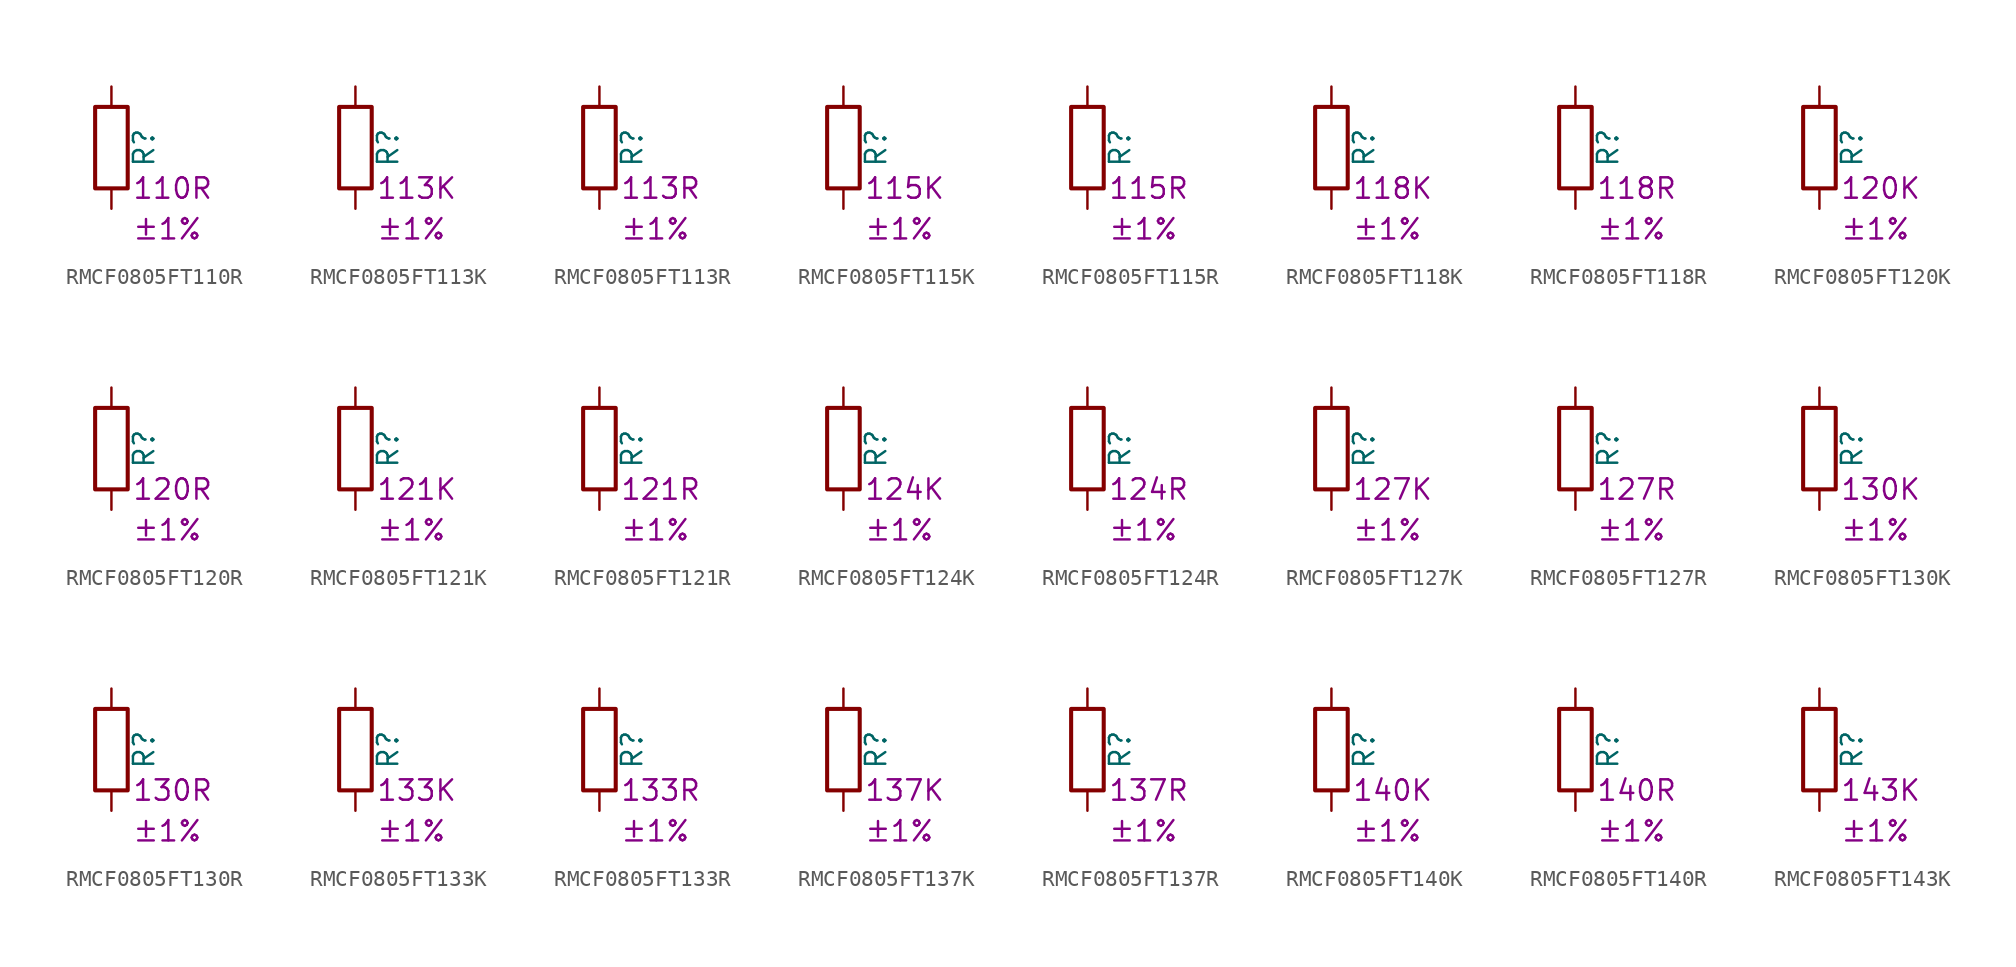
<source format=kicad_sym>
(kicad_symbol_lib
  (version 20220914)
  (generator kicad_symbol_editor)
  (symbol "RMCF0805FT110R"
    (pin_numbers hide)
    (pin_names
      (offset 0))
    (property "Reference" "R"
      (at 2.032 0 90)
      (effects (font (size 1.27 1.27))))
    (property "Resistance" "110R"
      (at 1.27 -2.54 0)
      (effects (font (size 1.27 1.27)) (justify left)))
    (property "Tolerance" "±1%"
      (at 1.27 -5.08 0)
      (effects (font (size 1.27 1.27)) (justify left)))
    (symbol "RMCF0805FT110R_0_1"
      (rectangle (start -1.016 -2.54) (end 1.016 2.54) (stroke (width 0.254) (type default)) (fill (type none))))
    (symbol "RMCF0805FT110R_1_1"
      (pin passive line (at 0 3.81 270) (length 1.27) (name "~" (effects (font (size 1.27 1.27)))) (number "1" (effects (font (size 1.27 1.27)))))
      (pin passive line (at 0 -3.81 90) (length 1.27) (name "~" (effects (font (size 1.27 1.27)))) (number "2" (effects (font (size 1.27 1.27)))))))
  (symbol "RMCF0805FT113K"
    (pin_numbers hide)
    (pin_names
      (offset 0))
    (property "Reference" "R"
      (at 2.032 0 90)
      (effects (font (size 1.27 1.27))))
    (property "Resistance" "113K"
      (at 1.27 -2.54 0)
      (effects (font (size 1.27 1.27)) (justify left)))
    (property "Tolerance" "±1%"
      (at 1.27 -5.08 0)
      (effects (font (size 1.27 1.27)) (justify left)))
    (symbol "RMCF0805FT113K_0_1"
      (rectangle (start -1.016 -2.54) (end 1.016 2.54) (stroke (width 0.254) (type default)) (fill (type none))))
    (symbol "RMCF0805FT113K_1_1"
      (pin passive line (at 0 3.81 270) (length 1.27) (name "~" (effects (font (size 1.27 1.27)))) (number "1" (effects (font (size 1.27 1.27)))))
      (pin passive line (at 0 -3.81 90) (length 1.27) (name "~" (effects (font (size 1.27 1.27)))) (number "2" (effects (font (size 1.27 1.27)))))))
  (symbol "RMCF0805FT113R"
    (pin_numbers hide)
    (pin_names
      (offset 0))
    (property "Reference" "R"
      (at 2.032 0 90)
      (effects (font (size 1.27 1.27))))
    (property "Resistance" "113R"
      (at 1.27 -2.54 0)
      (effects (font (size 1.27 1.27)) (justify left)))
    (property "Tolerance" "±1%"
      (at 1.27 -5.08 0)
      (effects (font (size 1.27 1.27)) (justify left)))
    (symbol "RMCF0805FT113R_0_1"
      (rectangle (start -1.016 -2.54) (end 1.016 2.54) (stroke (width 0.254) (type default)) (fill (type none))))
    (symbol "RMCF0805FT113R_1_1"
      (pin passive line (at 0 3.81 270) (length 1.27) (name "~" (effects (font (size 1.27 1.27)))) (number "1" (effects (font (size 1.27 1.27)))))
      (pin passive line (at 0 -3.81 90) (length 1.27) (name "~" (effects (font (size 1.27 1.27)))) (number "2" (effects (font (size 1.27 1.27)))))))
  (symbol "RMCF0805FT115K"
    (pin_numbers hide)
    (pin_names
      (offset 0))
    (property "Reference" "R"
      (at 2.032 0 90)
      (effects (font (size 1.27 1.27))))
    (property "Resistance" "115K"
      (at 1.27 -2.54 0)
      (effects (font (size 1.27 1.27)) (justify left)))
    (property "Tolerance" "±1%"
      (at 1.27 -5.08 0)
      (effects (font (size 1.27 1.27)) (justify left)))
    (symbol "RMCF0805FT115K_0_1"
      (rectangle (start -1.016 -2.54) (end 1.016 2.54) (stroke (width 0.254) (type default)) (fill (type none))))
    (symbol "RMCF0805FT115K_1_1"
      (pin passive line (at 0 3.81 270) (length 1.27) (name "~" (effects (font (size 1.27 1.27)))) (number "1" (effects (font (size 1.27 1.27)))))
      (pin passive line (at 0 -3.81 90) (length 1.27) (name "~" (effects (font (size 1.27 1.27)))) (number "2" (effects (font (size 1.27 1.27)))))))
  (symbol "RMCF0805FT115R"
    (pin_numbers hide)
    (pin_names
      (offset 0))
    (property "Reference" "R"
      (at 2.032 0 90)
      (effects (font (size 1.27 1.27))))
    (property "Resistance" "115R"
      (at 1.27 -2.54 0)
      (effects (font (size 1.27 1.27)) (justify left)))
    (property "Tolerance" "±1%"
      (at 1.27 -5.08 0)
      (effects (font (size 1.27 1.27)) (justify left)))
    (symbol "RMCF0805FT115R_0_1"
      (rectangle (start -1.016 -2.54) (end 1.016 2.54) (stroke (width 0.254) (type default)) (fill (type none))))
    (symbol "RMCF0805FT115R_1_1"
      (pin passive line (at 0 3.81 270) (length 1.27) (name "~" (effects (font (size 1.27 1.27)))) (number "1" (effects (font (size 1.27 1.27)))))
      (pin passive line (at 0 -3.81 90) (length 1.27) (name "~" (effects (font (size 1.27 1.27)))) (number "2" (effects (font (size 1.27 1.27)))))))
  (symbol "RMCF0805FT118K"
    (pin_numbers hide)
    (pin_names
      (offset 0))
    (property "Reference" "R"
      (at 2.032 0 90)
      (effects (font (size 1.27 1.27))))
    (property "Resistance" "118K"
      (at 1.27 -2.54 0)
      (effects (font (size 1.27 1.27)) (justify left)))
    (property "Tolerance" "±1%"
      (at 1.27 -5.08 0)
      (effects (font (size 1.27 1.27)) (justify left)))
    (symbol "RMCF0805FT118K_0_1"
      (rectangle (start -1.016 -2.54) (end 1.016 2.54) (stroke (width 0.254) (type default)) (fill (type none))))
    (symbol "RMCF0805FT118K_1_1"
      (pin passive line (at 0 3.81 270) (length 1.27) (name "~" (effects (font (size 1.27 1.27)))) (number "1" (effects (font (size 1.27 1.27)))))
      (pin passive line (at 0 -3.81 90) (length 1.27) (name "~" (effects (font (size 1.27 1.27)))) (number "2" (effects (font (size 1.27 1.27)))))))
  (symbol "RMCF0805FT118R"
    (pin_numbers hide)
    (pin_names
      (offset 0))
    (property "Reference" "R"
      (at 2.032 0 90)
      (effects (font (size 1.27 1.27))))
    (property "Resistance" "118R"
      (at 1.27 -2.54 0)
      (effects (font (size 1.27 1.27)) (justify left)))
    (property "Tolerance" "±1%"
      (at 1.27 -5.08 0)
      (effects (font (size 1.27 1.27)) (justify left)))
    (symbol "RMCF0805FT118R_0_1"
      (rectangle (start -1.016 -2.54) (end 1.016 2.54) (stroke (width 0.254) (type default)) (fill (type none))))
    (symbol "RMCF0805FT118R_1_1"
      (pin passive line (at 0 3.81 270) (length 1.27) (name "~" (effects (font (size 1.27 1.27)))) (number "1" (effects (font (size 1.27 1.27)))))
      (pin passive line (at 0 -3.81 90) (length 1.27) (name "~" (effects (font (size 1.27 1.27)))) (number "2" (effects (font (size 1.27 1.27)))))))
  (symbol "RMCF0805FT120K"
    (pin_numbers hide)
    (pin_names
      (offset 0))
    (property "Reference" "R"
      (at 2.032 0 90)
      (effects (font (size 1.27 1.27))))
    (property "Resistance" "120K"
      (at 1.27 -2.54 0)
      (effects (font (size 1.27 1.27)) (justify left)))
    (property "Tolerance" "±1%"
      (at 1.27 -5.08 0)
      (effects (font (size 1.27 1.27)) (justify left)))
    (symbol "RMCF0805FT120K_0_1"
      (rectangle (start -1.016 -2.54) (end 1.016 2.54) (stroke (width 0.254) (type default)) (fill (type none))))
    (symbol "RMCF0805FT120K_1_1"
      (pin passive line (at 0 3.81 270) (length 1.27) (name "~" (effects (font (size 1.27 1.27)))) (number "1" (effects (font (size 1.27 1.27)))))
      (pin passive line (at 0 -3.81 90) (length 1.27) (name "~" (effects (font (size 1.27 1.27)))) (number "2" (effects (font (size 1.27 1.27)))))))
  (symbol "RMCF0805FT120R"
    (pin_numbers hide)
    (pin_names
      (offset 0))
    (property "Reference" "R"
      (at 2.032 0 90)
      (effects (font (size 1.27 1.27))))
    (property "Resistance" "120R"
      (at 1.27 -2.54 0)
      (effects (font (size 1.27 1.27)) (justify left)))
    (property "Tolerance" "±1%"
      (at 1.27 -5.08 0)
      (effects (font (size 1.27 1.27)) (justify left)))
    (symbol "RMCF0805FT120R_0_1"
      (rectangle (start -1.016 -2.54) (end 1.016 2.54) (stroke (width 0.254) (type default)) (fill (type none))))
    (symbol "RMCF0805FT120R_1_1"
      (pin passive line (at 0 3.81 270) (length 1.27) (name "~" (effects (font (size 1.27 1.27)))) (number "1" (effects (font (size 1.27 1.27)))))
      (pin passive line (at 0 -3.81 90) (length 1.27) (name "~" (effects (font (size 1.27 1.27)))) (number "2" (effects (font (size 1.27 1.27)))))))
  (symbol "RMCF0805FT121K"
    (pin_numbers hide)
    (pin_names
      (offset 0))
    (property "Reference" "R"
      (at 2.032 0 90)
      (effects (font (size 1.27 1.27))))
    (property "Resistance" "121K"
      (at 1.27 -2.54 0)
      (effects (font (size 1.27 1.27)) (justify left)))
    (property "Tolerance" "±1%"
      (at 1.27 -5.08 0)
      (effects (font (size 1.27 1.27)) (justify left)))
    (symbol "RMCF0805FT121K_0_1"
      (rectangle (start -1.016 -2.54) (end 1.016 2.54) (stroke (width 0.254) (type default)) (fill (type none))))
    (symbol "RMCF0805FT121K_1_1"
      (pin passive line (at 0 3.81 270) (length 1.27) (name "~" (effects (font (size 1.27 1.27)))) (number "1" (effects (font (size 1.27 1.27)))))
      (pin passive line (at 0 -3.81 90) (length 1.27) (name "~" (effects (font (size 1.27 1.27)))) (number "2" (effects (font (size 1.27 1.27)))))))
  (symbol "RMCF0805FT121R"
    (pin_numbers hide)
    (pin_names
      (offset 0))
    (property "Reference" "R"
      (at 2.032 0 90)
      (effects (font (size 1.27 1.27))))
    (property "Resistance" "121R"
      (at 1.27 -2.54 0)
      (effects (font (size 1.27 1.27)) (justify left)))
    (property "Tolerance" "±1%"
      (at 1.27 -5.08 0)
      (effects (font (size 1.27 1.27)) (justify left)))
    (symbol "RMCF0805FT121R_0_1"
      (rectangle (start -1.016 -2.54) (end 1.016 2.54) (stroke (width 0.254) (type default)) (fill (type none))))
    (symbol "RMCF0805FT121R_1_1"
      (pin passive line (at 0 3.81 270) (length 1.27) (name "~" (effects (font (size 1.27 1.27)))) (number "1" (effects (font (size 1.27 1.27)))))
      (pin passive line (at 0 -3.81 90) (length 1.27) (name "~" (effects (font (size 1.27 1.27)))) (number "2" (effects (font (size 1.27 1.27)))))))
  (symbol "RMCF0805FT124K"
    (pin_numbers hide)
    (pin_names
      (offset 0))
    (property "Reference" "R"
      (at 2.032 0 90)
      (effects (font (size 1.27 1.27))))
    (property "Resistance" "124K"
      (at 1.27 -2.54 0)
      (effects (font (size 1.27 1.27)) (justify left)))
    (property "Tolerance" "±1%"
      (at 1.27 -5.08 0)
      (effects (font (size 1.27 1.27)) (justify left)))
    (symbol "RMCF0805FT124K_0_1"
      (rectangle (start -1.016 -2.54) (end 1.016 2.54) (stroke (width 0.254) (type default)) (fill (type none))))
    (symbol "RMCF0805FT124K_1_1"
      (pin passive line (at 0 3.81 270) (length 1.27) (name "~" (effects (font (size 1.27 1.27)))) (number "1" (effects (font (size 1.27 1.27)))))
      (pin passive line (at 0 -3.81 90) (length 1.27) (name "~" (effects (font (size 1.27 1.27)))) (number "2" (effects (font (size 1.27 1.27)))))))
  (symbol "RMCF0805FT124R"
    (pin_numbers hide)
    (pin_names
      (offset 0))
    (property "Reference" "R"
      (at 2.032 0 90)
      (effects (font (size 1.27 1.27))))
    (property "Resistance" "124R"
      (at 1.27 -2.54 0)
      (effects (font (size 1.27 1.27)) (justify left)))
    (property "Tolerance" "±1%"
      (at 1.27 -5.08 0)
      (effects (font (size 1.27 1.27)) (justify left)))
    (symbol "RMCF0805FT124R_0_1"
      (rectangle (start -1.016 -2.54) (end 1.016 2.54) (stroke (width 0.254) (type default)) (fill (type none))))
    (symbol "RMCF0805FT124R_1_1"
      (pin passive line (at 0 3.81 270) (length 1.27) (name "~" (effects (font (size 1.27 1.27)))) (number "1" (effects (font (size 1.27 1.27)))))
      (pin passive line (at 0 -3.81 90) (length 1.27) (name "~" (effects (font (size 1.27 1.27)))) (number "2" (effects (font (size 1.27 1.27)))))))
  (symbol "RMCF0805FT127K"
    (pin_numbers hide)
    (pin_names
      (offset 0))
    (property "Reference" "R"
      (at 2.032 0 90)
      (effects (font (size 1.27 1.27))))
    (property "Resistance" "127K"
      (at 1.27 -2.54 0)
      (effects (font (size 1.27 1.27)) (justify left)))
    (property "Tolerance" "±1%"
      (at 1.27 -5.08 0)
      (effects (font (size 1.27 1.27)) (justify left)))
    (symbol "RMCF0805FT127K_0_1"
      (rectangle (start -1.016 -2.54) (end 1.016 2.54) (stroke (width 0.254) (type default)) (fill (type none))))
    (symbol "RMCF0805FT127K_1_1"
      (pin passive line (at 0 3.81 270) (length 1.27) (name "~" (effects (font (size 1.27 1.27)))) (number "1" (effects (font (size 1.27 1.27)))))
      (pin passive line (at 0 -3.81 90) (length 1.27) (name "~" (effects (font (size 1.27 1.27)))) (number "2" (effects (font (size 1.27 1.27)))))))
  (symbol "RMCF0805FT127R"
    (pin_numbers hide)
    (pin_names
      (offset 0))
    (property "Reference" "R"
      (at 2.032 0 90)
      (effects (font (size 1.27 1.27))))
    (property "Resistance" "127R"
      (at 1.27 -2.54 0)
      (effects (font (size 1.27 1.27)) (justify left)))
    (property "Tolerance" "±1%"
      (at 1.27 -5.08 0)
      (effects (font (size 1.27 1.27)) (justify left)))
    (symbol "RMCF0805FT127R_0_1"
      (rectangle (start -1.016 -2.54) (end 1.016 2.54) (stroke (width 0.254) (type default)) (fill (type none))))
    (symbol "RMCF0805FT127R_1_1"
      (pin passive line (at 0 3.81 270) (length 1.27) (name "~" (effects (font (size 1.27 1.27)))) (number "1" (effects (font (size 1.27 1.27)))))
      (pin passive line (at 0 -3.81 90) (length 1.27) (name "~" (effects (font (size 1.27 1.27)))) (number "2" (effects (font (size 1.27 1.27)))))))
  (symbol "RMCF0805FT130K"
    (pin_numbers hide)
    (pin_names
      (offset 0))
    (property "Reference" "R"
      (at 2.032 0 90)
      (effects (font (size 1.27 1.27))))
    (property "Resistance" "130K"
      (at 1.27 -2.54 0)
      (effects (font (size 1.27 1.27)) (justify left)))
    (property "Tolerance" "±1%"
      (at 1.27 -5.08 0)
      (effects (font (size 1.27 1.27)) (justify left)))
    (symbol "RMCF0805FT130K_0_1"
      (rectangle (start -1.016 -2.54) (end 1.016 2.54) (stroke (width 0.254) (type default)) (fill (type none))))
    (symbol "RMCF0805FT130K_1_1"
      (pin passive line (at 0 3.81 270) (length 1.27) (name "~" (effects (font (size 1.27 1.27)))) (number "1" (effects (font (size 1.27 1.27)))))
      (pin passive line (at 0 -3.81 90) (length 1.27) (name "~" (effects (font (size 1.27 1.27)))) (number "2" (effects (font (size 1.27 1.27)))))))
  (symbol "RMCF0805FT130R"
    (pin_numbers hide)
    (pin_names
      (offset 0))
    (property "Reference" "R"
      (at 2.032 0 90)
      (effects (font (size 1.27 1.27))))
    (property "Resistance" "130R"
      (at 1.27 -2.54 0)
      (effects (font (size 1.27 1.27)) (justify left)))
    (property "Tolerance" "±1%"
      (at 1.27 -5.08 0)
      (effects (font (size 1.27 1.27)) (justify left)))
    (symbol "RMCF0805FT130R_0_1"
      (rectangle (start -1.016 -2.54) (end 1.016 2.54) (stroke (width 0.254) (type default)) (fill (type none))))
    (symbol "RMCF0805FT130R_1_1"
      (pin passive line (at 0 3.81 270) (length 1.27) (name "~" (effects (font (size 1.27 1.27)))) (number "1" (effects (font (size 1.27 1.27)))))
      (pin passive line (at 0 -3.81 90) (length 1.27) (name "~" (effects (font (size 1.27 1.27)))) (number "2" (effects (font (size 1.27 1.27)))))))
  (symbol "RMCF0805FT133K"
    (pin_numbers hide)
    (pin_names
      (offset 0))
    (property "Reference" "R"
      (at 2.032 0 90)
      (effects (font (size 1.27 1.27))))
    (property "Resistance" "133K"
      (at 1.27 -2.54 0)
      (effects (font (size 1.27 1.27)) (justify left)))
    (property "Tolerance" "±1%"
      (at 1.27 -5.08 0)
      (effects (font (size 1.27 1.27)) (justify left)))
    (symbol "RMCF0805FT133K_0_1"
      (rectangle (start -1.016 -2.54) (end 1.016 2.54) (stroke (width 0.254) (type default)) (fill (type none))))
    (symbol "RMCF0805FT133K_1_1"
      (pin passive line (at 0 3.81 270) (length 1.27) (name "~" (effects (font (size 1.27 1.27)))) (number "1" (effects (font (size 1.27 1.27)))))
      (pin passive line (at 0 -3.81 90) (length 1.27) (name "~" (effects (font (size 1.27 1.27)))) (number "2" (effects (font (size 1.27 1.27)))))))
  (symbol "RMCF0805FT133R"
    (pin_numbers hide)
    (pin_names
      (offset 0))
    (property "Reference" "R"
      (at 2.032 0 90)
      (effects (font (size 1.27 1.27))))
    (property "Resistance" "133R"
      (at 1.27 -2.54 0)
      (effects (font (size 1.27 1.27)) (justify left)))
    (property "Tolerance" "±1%"
      (at 1.27 -5.08 0)
      (effects (font (size 1.27 1.27)) (justify left)))
    (symbol "RMCF0805FT133R_0_1"
      (rectangle (start -1.016 -2.54) (end 1.016 2.54) (stroke (width 0.254) (type default)) (fill (type none))))
    (symbol "RMCF0805FT133R_1_1"
      (pin passive line (at 0 3.81 270) (length 1.27) (name "~" (effects (font (size 1.27 1.27)))) (number "1" (effects (font (size 1.27 1.27)))))
      (pin passive line (at 0 -3.81 90) (length 1.27) (name "~" (effects (font (size 1.27 1.27)))) (number "2" (effects (font (size 1.27 1.27)))))))
  (symbol "RMCF0805FT137K"
    (pin_numbers hide)
    (pin_names
      (offset 0))
    (property "Reference" "R"
      (at 2.032 0 90)
      (effects (font (size 1.27 1.27))))
    (property "Resistance" "137K"
      (at 1.27 -2.54 0)
      (effects (font (size 1.27 1.27)) (justify left)))
    (property "Tolerance" "±1%"
      (at 1.27 -5.08 0)
      (effects (font (size 1.27 1.27)) (justify left)))
    (symbol "RMCF0805FT137K_0_1"
      (rectangle (start -1.016 -2.54) (end 1.016 2.54) (stroke (width 0.254) (type default)) (fill (type none))))
    (symbol "RMCF0805FT137K_1_1"
      (pin passive line (at 0 3.81 270) (length 1.27) (name "~" (effects (font (size 1.27 1.27)))) (number "1" (effects (font (size 1.27 1.27)))))
      (pin passive line (at 0 -3.81 90) (length 1.27) (name "~" (effects (font (size 1.27 1.27)))) (number "2" (effects (font (size 1.27 1.27)))))))
  (symbol "RMCF0805FT137R"
    (pin_numbers hide)
    (pin_names
      (offset 0))
    (property "Reference" "R"
      (at 2.032 0 90)
      (effects (font (size 1.27 1.27))))
    (property "Resistance" "137R"
      (at 1.27 -2.54 0)
      (effects (font (size 1.27 1.27)) (justify left)))
    (property "Tolerance" "±1%"
      (at 1.27 -5.08 0)
      (effects (font (size 1.27 1.27)) (justify left)))
    (symbol "RMCF0805FT137R_0_1"
      (rectangle (start -1.016 -2.54) (end 1.016 2.54) (stroke (width 0.254) (type default)) (fill (type none))))
    (symbol "RMCF0805FT137R_1_1"
      (pin passive line (at 0 3.81 270) (length 1.27) (name "~" (effects (font (size 1.27 1.27)))) (number "1" (effects (font (size 1.27 1.27)))))
      (pin passive line (at 0 -3.81 90) (length 1.27) (name "~" (effects (font (size 1.27 1.27)))) (number "2" (effects (font (size 1.27 1.27)))))))
  (symbol "RMCF0805FT140K"
    (pin_numbers hide)
    (pin_names
      (offset 0))
    (property "Reference" "R"
      (at 2.032 0 90)
      (effects (font (size 1.27 1.27))))
    (property "Resistance" "140K"
      (at 1.27 -2.54 0)
      (effects (font (size 1.27 1.27)) (justify left)))
    (property "Tolerance" "±1%"
      (at 1.27 -5.08 0)
      (effects (font (size 1.27 1.27)) (justify left)))
    (symbol "RMCF0805FT140K_0_1"
      (rectangle (start -1.016 -2.54) (end 1.016 2.54) (stroke (width 0.254) (type default)) (fill (type none))))
    (symbol "RMCF0805FT140K_1_1"
      (pin passive line (at 0 3.81 270) (length 1.27) (name "~" (effects (font (size 1.27 1.27)))) (number "1" (effects (font (size 1.27 1.27)))))
      (pin passive line (at 0 -3.81 90) (length 1.27) (name "~" (effects (font (size 1.27 1.27)))) (number "2" (effects (font (size 1.27 1.27)))))))
  (symbol "RMCF0805FT140R"
    (pin_numbers hide)
    (pin_names
      (offset 0))
    (property "Reference" "R"
      (at 2.032 0 90)
      (effects (font (size 1.27 1.27))))
    (property "Resistance" "140R"
      (at 1.27 -2.54 0)
      (effects (font (size 1.27 1.27)) (justify left)))
    (property "Tolerance" "±1%"
      (at 1.27 -5.08 0)
      (effects (font (size 1.27 1.27)) (justify left)))
    (symbol "RMCF0805FT140R_0_1"
      (rectangle (start -1.016 -2.54) (end 1.016 2.54) (stroke (width 0.254) (type default)) (fill (type none))))
    (symbol "RMCF0805FT140R_1_1"
      (pin passive line (at 0 3.81 270) (length 1.27) (name "~" (effects (font (size 1.27 1.27)))) (number "1" (effects (font (size 1.27 1.27)))))
      (pin passive line (at 0 -3.81 90) (length 1.27) (name "~" (effects (font (size 1.27 1.27)))) (number "2" (effects (font (size 1.27 1.27)))))))
  (symbol "RMCF0805FT143K"
    (pin_numbers hide)
    (pin_names
      (offset 0))
    (property "Reference" "R"
      (at 2.032 0 90)
      (effects (font (size 1.27 1.27))))
    (property "Resistance" "143K"
      (at 1.27 -2.54 0)
      (effects (font (size 1.27 1.27)) (justify left)))
    (property "Tolerance" "±1%"
      (at 1.27 -5.08 0)
      (effects (font (size 1.27 1.27)) (justify left)))
    (symbol "RMCF0805FT143K_0_1"
      (rectangle (start -1.016 -2.54) (end 1.016 2.54) (stroke (width 0.254) (type default)) (fill (type none))))
    (symbol "RMCF0805FT143K_1_1"
      (pin passive line (at 0 3.81 270) (length 1.27) (name "~" (effects (font (size 1.27 1.27)))) (number "1" (effects (font (size 1.27 1.27)))))
      (pin passive line (at 0 -3.81 90) (length 1.27) (name "~" (effects (font (size 1.27 1.27)))) (number "2" (effects (font (size 1.27 1.27))))))))
</source>
